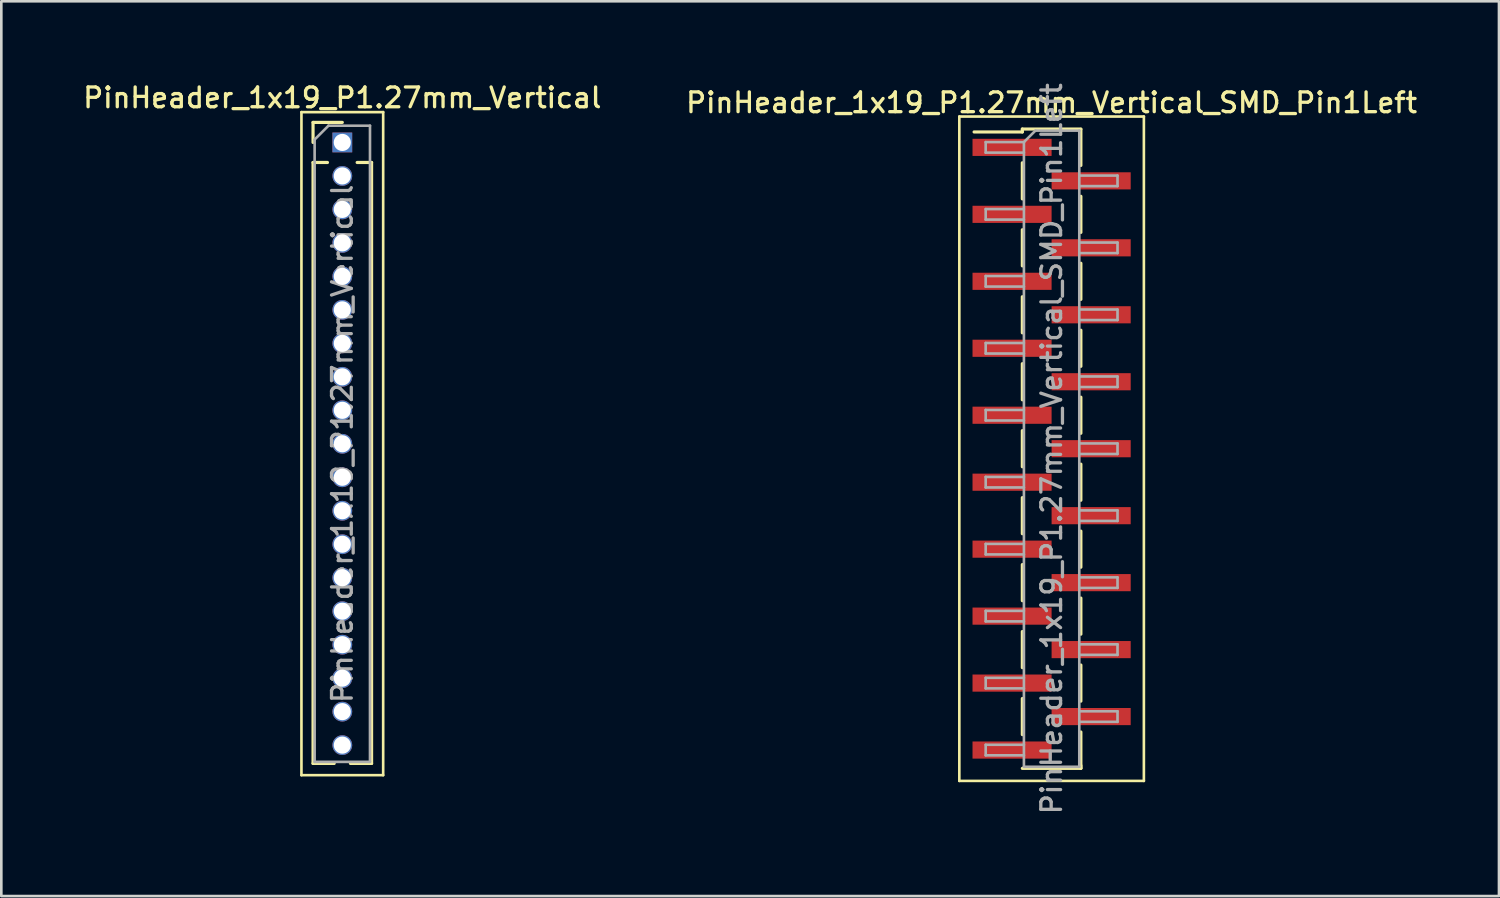
<source format=kicad_pcb>
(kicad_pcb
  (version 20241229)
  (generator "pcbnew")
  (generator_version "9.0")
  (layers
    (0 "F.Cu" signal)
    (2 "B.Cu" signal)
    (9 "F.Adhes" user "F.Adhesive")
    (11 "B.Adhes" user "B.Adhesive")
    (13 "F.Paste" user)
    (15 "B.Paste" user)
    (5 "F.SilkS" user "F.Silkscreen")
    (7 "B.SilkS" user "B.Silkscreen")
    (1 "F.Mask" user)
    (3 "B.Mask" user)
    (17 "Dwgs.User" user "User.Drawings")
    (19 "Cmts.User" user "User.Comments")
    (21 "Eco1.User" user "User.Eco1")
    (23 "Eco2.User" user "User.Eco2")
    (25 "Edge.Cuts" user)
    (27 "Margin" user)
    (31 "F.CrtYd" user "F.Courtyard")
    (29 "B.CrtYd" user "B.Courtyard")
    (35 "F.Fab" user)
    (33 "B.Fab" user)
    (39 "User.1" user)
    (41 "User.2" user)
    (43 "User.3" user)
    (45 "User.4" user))
  (footprint "PinHeader_1x19_P1.27mm_Vertical_SMD_Pin1Left"
    (layer "F.Cu")
    (at 36.838 13.97)
    (property "Reference" "PinHeader_1x19_P1.27mm_Vertical_SMD_Pin1Left" (at 0 -13.125 0) (layer "F.SilkS") (effects (font (size 0.75 0.75) (thickness 0.125))))
    (attr smd)
    (fp_line (start -3.5 -12.6) (end -3.5 12.6) (stroke (width 0.1) (type solid)) (layer "F.SilkS"))
    (fp_line (start -3.5 12.6) (end 3.5 12.6) (stroke (width 0.1) (type solid)) (layer "F.SilkS"))
    (fp_line (start -1.11 -12.125) (end -1.11 -12.015) (stroke (width 0.12) (type solid)) (layer "F.SilkS"))
    (fp_line (start -1.11 -12.125) (end 1.11 -12.125) (stroke (width 0.12) (type solid)) (layer "F.SilkS"))
    (fp_line (start -1.11 -12.015) (end -2.94 -12.015) (stroke (width 0.12) (type solid)) (layer "F.SilkS"))
    (fp_line (start -1.11 -10.845) (end -1.11 -9.475) (stroke (width 0.12) (type solid)) (layer "F.SilkS"))
    (fp_line (start -1.11 -8.305) (end -1.11 -6.935) (stroke (width 0.12) (type solid)) (layer "F.SilkS"))
    (fp_line (start -1.11 -5.765) (end -1.11 -4.395) (stroke (width 0.12) (type solid)) (layer "F.SilkS"))
    (fp_line (start -1.11 -3.225) (end -1.11 -1.855) (stroke (width 0.12) (type solid)) (layer "F.SilkS"))
    (fp_line (start -1.11 -0.685) (end -1.11 0.685) (stroke (width 0.12) (type solid)) (layer "F.SilkS"))
    (fp_line (start -1.11 1.855) (end -1.11 3.225) (stroke (width 0.12) (type solid)) (layer "F.SilkS"))
    (fp_line (start -1.11 4.395) (end -1.11 5.765) (stroke (width 0.12) (type solid)) (layer "F.SilkS"))
    (fp_line (start -1.11 6.935) (end -1.11 8.305) (stroke (width 0.12) (type solid)) (layer "F.SilkS"))
    (fp_line (start -1.11 9.475) (end -1.11 10.845) (stroke (width 0.12) (type solid)) (layer "F.SilkS"))
    (fp_line (start -1.11 12.125) (end 1.11 12.125) (stroke (width 0.12) (type solid)) (layer "F.SilkS"))
    (fp_line (start 1.11 -12.115) (end 1.11 -10.745) (stroke (width 0.12) (type solid)) (layer "F.SilkS"))
    (fp_line (start 1.11 -9.575) (end 1.11 -8.205) (stroke (width 0.12) (type solid)) (layer "F.SilkS"))
    (fp_line (start 1.11 -7.035) (end 1.11 -5.665) (stroke (width 0.12) (type solid)) (layer "F.SilkS"))
    (fp_line (start 1.11 -4.495) (end 1.11 -3.125) (stroke (width 0.12) (type solid)) (layer "F.SilkS"))
    (fp_line (start 1.11 -1.955) (end 1.11 -0.585) (stroke (width 0.12) (type solid)) (layer "F.SilkS"))
    (fp_line (start 1.11 0.585) (end 1.11 1.955) (stroke (width 0.12) (type solid)) (layer "F.SilkS"))
    (fp_line (start 1.11 3.125) (end 1.11 4.495) (stroke (width 0.12) (type solid)) (layer "F.SilkS"))
    (fp_line (start 1.11 5.665) (end 1.11 7.035) (stroke (width 0.12) (type solid)) (layer "F.SilkS"))
    (fp_line (start 1.11 8.205) (end 1.11 9.575) (stroke (width 0.12) (type solid)) (layer "F.SilkS"))
    (fp_line (start 1.11 10.745) (end 1.11 12.115) (stroke (width 0.12) (type solid)) (layer "F.SilkS"))
    (fp_line (start 1.11 12.015) (end 1.11 12.125) (stroke (width 0.12) (type solid)) (layer "F.SilkS"))
    (fp_line (start 3.5 -12.6) (end -3.5 -12.6) (stroke (width 0.1) (type solid)) (layer "F.SilkS"))
    (fp_line (start 3.5 12.6) (end 3.5 -12.6) (stroke (width 0.1) (type solid)) (layer "F.SilkS"))
    (fp_line (start -2.5 -11.63) (end -2.5 -11.23) (stroke (width 0.1) (type solid)) (layer "F.Fab"))
    (fp_line (start -2.5 -11.23) (end -1.05 -11.23) (stroke (width 0.1) (type solid)) (layer "F.Fab"))
    (fp_line (start -2.5 -9.09) (end -2.5 -8.69) (stroke (width 0.1) (type solid)) (layer "F.Fab"))
    (fp_line (start -2.5 -8.69) (end -1.05 -8.69) (stroke (width 0.1) (type solid)) (layer "F.Fab"))
    (fp_line (start -2.5 -6.55) (end -2.5 -6.15) (stroke (width 0.1) (type solid)) (layer "F.Fab"))
    (fp_line (start -2.5 -6.15) (end -1.05 -6.15) (stroke (width 0.1) (type solid)) (layer "F.Fab"))
    (fp_line (start -2.5 -4.01) (end -2.5 -3.61) (stroke (width 0.1) (type solid)) (layer "F.Fab"))
    (fp_line (start -2.5 -3.61) (end -1.05 -3.61) (stroke (width 0.1) (type solid)) (layer "F.Fab"))
    (fp_line (start -2.5 -1.47) (end -2.5 -1.07) (stroke (width 0.1) (type solid)) (layer "F.Fab"))
    (fp_line (start -2.5 -1.07) (end -1.05 -1.07) (stroke (width 0.1) (type solid)) (layer "F.Fab"))
    (fp_line (start -2.5 1.07) (end -2.5 1.47) (stroke (width 0.1) (type solid)) (layer "F.Fab"))
    (fp_line (start -2.5 1.47) (end -1.05 1.47) (stroke (width 0.1) (type solid)) (layer "F.Fab"))
    (fp_line (start -2.5 3.61) (end -2.5 4.01) (stroke (width 0.1) (type solid)) (layer "F.Fab"))
    (fp_line (start -2.5 4.01) (end -1.05 4.01) (stroke (width 0.1) (type solid)) (layer "F.Fab"))
    (fp_line (start -2.5 6.15) (end -2.5 6.55) (stroke (width 0.1) (type solid)) (layer "F.Fab"))
    (fp_line (start -2.5 6.55) (end -1.05 6.55) (stroke (width 0.1) (type solid)) (layer "F.Fab"))
    (fp_line (start -2.5 8.69) (end -2.5 9.09) (stroke (width 0.1) (type solid)) (layer "F.Fab"))
    (fp_line (start -2.5 9.09) (end -1.05 9.09) (stroke (width 0.1) (type solid)) (layer "F.Fab"))
    (fp_line (start -2.5 11.23) (end -2.5 11.63) (stroke (width 0.1) (type solid)) (layer "F.Fab"))
    (fp_line (start -2.5 11.63) (end -1.05 11.63) (stroke (width 0.1) (type solid)) (layer "F.Fab"))
    (fp_line (start -1.05 -11.63) (end -2.5 -11.63) (stroke (width 0.1) (type solid)) (layer "F.Fab"))
    (fp_line (start -1.05 -11.63) (end -0.615 -12.065) (stroke (width 0.1) (type solid)) (layer "F.Fab"))
    (fp_line (start -1.05 -9.09) (end -2.5 -9.09) (stroke (width 0.1) (type solid)) (layer "F.Fab"))
    (fp_line (start -1.05 -6.55) (end -2.5 -6.55) (stroke (width 0.1) (type solid)) (layer "F.Fab"))
    (fp_line (start -1.05 -4.01) (end -2.5 -4.01) (stroke (width 0.1) (type solid)) (layer "F.Fab"))
    (fp_line (start -1.05 -1.47) (end -2.5 -1.47) (stroke (width 0.1) (type solid)) (layer "F.Fab"))
    (fp_line (start -1.05 1.07) (end -2.5 1.07) (stroke (width 0.1) (type solid)) (layer "F.Fab"))
    (fp_line (start -1.05 3.61) (end -2.5 3.61) (stroke (width 0.1) (type solid)) (layer "F.Fab"))
    (fp_line (start -1.05 6.15) (end -2.5 6.15) (stroke (width 0.1) (type solid)) (layer "F.Fab"))
    (fp_line (start -1.05 8.69) (end -2.5 8.69) (stroke (width 0.1) (type solid)) (layer "F.Fab"))
    (fp_line (start -1.05 11.23) (end -2.5 11.23) (stroke (width 0.1) (type solid)) (layer "F.Fab"))
    (fp_line (start -1.05 12.065) (end -1.05 -11.63) (stroke (width 0.1) (type solid)) (layer "F.Fab"))
    (fp_line (start -0.615 -12.065) (end 1.05 -12.065) (stroke (width 0.1) (type solid)) (layer "F.Fab"))
    (fp_line (start 1.05 -12.065) (end 1.05 12.065) (stroke (width 0.1) (type solid)) (layer "F.Fab"))
    (fp_line (start 1.05 -10.36) (end 2.5 -10.36) (stroke (width 0.1) (type solid)) (layer "F.Fab"))
    (fp_line (start 1.05 -7.82) (end 2.5 -7.82) (stroke (width 0.1) (type solid)) (layer "F.Fab"))
    (fp_line (start 1.05 -5.28) (end 2.5 -5.28) (stroke (width 0.1) (type solid)) (layer "F.Fab"))
    (fp_line (start 1.05 -2.74) (end 2.5 -2.74) (stroke (width 0.1) (type solid)) (layer "F.Fab"))
    (fp_line (start 1.05 -0.2) (end 2.5 -0.2) (stroke (width 0.1) (type solid)) (layer "F.Fab"))
    (fp_line (start 1.05 2.34) (end 2.5 2.34) (stroke (width 0.1) (type solid)) (layer "F.Fab"))
    (fp_line (start 1.05 4.88) (end 2.5 4.88) (stroke (width 0.1) (type solid)) (layer "F.Fab"))
    (fp_line (start 1.05 7.42) (end 2.5 7.42) (stroke (width 0.1) (type solid)) (layer "F.Fab"))
    (fp_line (start 1.05 9.96) (end 2.5 9.96) (stroke (width 0.1) (type solid)) (layer "F.Fab"))
    (fp_line (start 1.05 12.065) (end -1.05 12.065) (stroke (width 0.1) (type solid)) (layer "F.Fab"))
    (fp_line (start 2.5 -10.36) (end 2.5 -9.96) (stroke (width 0.1) (type solid)) (layer "F.Fab"))
    (fp_line (start 2.5 -9.96) (end 1.05 -9.96) (stroke (width 0.1) (type solid)) (layer "F.Fab"))
    (fp_line (start 2.5 -7.82) (end 2.5 -7.42) (stroke (width 0.1) (type solid)) (layer "F.Fab"))
    (fp_line (start 2.5 -7.42) (end 1.05 -7.42) (stroke (width 0.1) (type solid)) (layer "F.Fab"))
    (fp_line (start 2.5 -5.28) (end 2.5 -4.88) (stroke (width 0.1) (type solid)) (layer "F.Fab"))
    (fp_line (start 2.5 -4.88) (end 1.05 -4.88) (stroke (width 0.1) (type solid)) (layer "F.Fab"))
    (fp_line (start 2.5 -2.74) (end 2.5 -2.34) (stroke (width 0.1) (type solid)) (layer "F.Fab"))
    (fp_line (start 2.5 -2.34) (end 1.05 -2.34) (stroke (width 0.1) (type solid)) (layer "F.Fab"))
    (fp_line (start 2.5 -0.2) (end 2.5 0.2) (stroke (width 0.1) (type solid)) (layer "F.Fab"))
    (fp_line (start 2.5 0.2) (end 1.05 0.2) (stroke (width 0.1) (type solid)) (layer "F.Fab"))
    (fp_line (start 2.5 2.34) (end 2.5 2.74) (stroke (width 0.1) (type solid)) (layer "F.Fab"))
    (fp_line (start 2.5 2.74) (end 1.05 2.74) (stroke (width 0.1) (type solid)) (layer "F.Fab"))
    (fp_line (start 2.5 4.88) (end 2.5 5.28) (stroke (width 0.1) (type solid)) (layer "F.Fab"))
    (fp_line (start 2.5 5.28) (end 1.05 5.28) (stroke (width 0.1) (type solid)) (layer "F.Fab"))
    (fp_line (start 2.5 7.42) (end 2.5 7.82) (stroke (width 0.1) (type solid)) (layer "F.Fab"))
    (fp_line (start 2.5 7.82) (end 1.05 7.82) (stroke (width 0.1) (type solid)) (layer "F.Fab"))
    (fp_line (start 2.5 9.96) (end 2.5 10.36) (stroke (width 0.1) (type solid)) (layer "F.Fab"))
    (fp_line (start 2.5 10.36) (end 1.05 10.36) (stroke (width 0.1) (type solid)) (layer "F.Fab"))
    (fp_text user "${REFERENCE}" (at 0 0 90) (layer "F.Fab") (effects (font (size 0.75 0.75) (thickness 0.125))))
    (pad "1" smd rect (at -1.5 -11.43) (size 3 0.65) (layers "F.Cu" "F.Mask" "F.Paste"))
    (pad "2" smd rect (at 1.5 -10.16) (size 3 0.65) (layers "F.Cu" "F.Mask" "F.Paste"))
    (pad "3" smd rect (at -1.5 -8.89) (size 3 0.65) (layers "F.Cu" "F.Mask" "F.Paste"))
    (pad "4" smd rect (at 1.5 -7.62) (size 3 0.65) (layers "F.Cu" "F.Mask" "F.Paste"))
    (pad "5" smd rect (at -1.5 -6.35) (size 3 0.65) (layers "F.Cu" "F.Mask" "F.Paste"))
    (pad "6" smd rect (at 1.5 -5.08) (size 3 0.65) (layers "F.Cu" "F.Mask" "F.Paste"))
    (pad "7" smd rect (at -1.5 -3.81) (size 3 0.65) (layers "F.Cu" "F.Mask" "F.Paste"))
    (pad "8" smd rect (at 1.5 -2.54) (size 3 0.65) (layers "F.Cu" "F.Mask" "F.Paste"))
    (pad "9" smd rect (at -1.5 -1.27) (size 3 0.65) (layers "F.Cu" "F.Mask" "F.Paste"))
    (pad "10" smd rect (at 1.5 0) (size 3 0.65) (layers "F.Cu" "F.Mask" "F.Paste"))
    (pad "11" smd rect (at -1.5 1.27) (size 3 0.65) (layers "F.Cu" "F.Mask" "F.Paste"))
    (pad "12" smd rect (at 1.5 2.54) (size 3 0.65) (layers "F.Cu" "F.Mask" "F.Paste"))
    (pad "13" smd rect (at -1.5 3.81) (size 3 0.65) (layers "F.Cu" "F.Mask" "F.Paste"))
    (pad "14" smd rect (at 1.5 5.08) (size 3 0.65) (layers "F.Cu" "F.Mask" "F.Paste"))
    (pad "15" smd rect (at -1.5 6.35) (size 3 0.65) (layers "F.Cu" "F.Mask" "F.Paste"))
    (pad "16" smd rect (at 1.5 7.62) (size 3 0.65) (layers "F.Cu" "F.Mask" "F.Paste"))
    (pad "17" smd rect (at -1.5 8.89) (size 3 0.65) (layers "F.Cu" "F.Mask" "F.Paste"))
    (pad "18" smd rect (at 1.5 10.16) (size 3 0.65) (layers "F.Cu" "F.Mask" "F.Paste"))
    (pad "19" smd rect (at -1.5 11.43) (size 3 0.65) (layers "F.Cu" "F.Mask" "F.Paste")))
  (footprint "PinHeader_1x19_P1.27mm_Vertical"
    (layer "F.Cu")
    (at 9.934 2.353)
    (property "Reference" "PinHeader_1x19_P1.27mm_Vertical" (at 0 -1.695 0) (layer "F.SilkS") (effects (font (size 0.75 0.75) (thickness 0.125))))
    (attr through_hole)
    (fp_line (start -1.55 -1.15) (end -1.55 24) (stroke (width 0.1) (type solid)) (layer "F.SilkS"))
    (fp_line (start -1.55 24) (end 1.55 24) (stroke (width 0.1) (type solid)) (layer "F.SilkS"))
    (fp_line (start -1.11 -0.76) (end 0 -0.76) (stroke (width 0.12) (type solid)) (layer "F.SilkS"))
    (fp_line (start -1.11 0) (end -1.11 -0.76) (stroke (width 0.12) (type solid)) (layer "F.SilkS"))
    (fp_line (start -1.11 0.76) (end -1.11 23.555) (stroke (width 0.12) (type solid)) (layer "F.SilkS"))
    (fp_line (start -1.11 0.76) (end -0.563 0.76) (stroke (width 0.12) (type solid)) (layer "F.SilkS"))
    (fp_line (start -1.11 23.555) (end -0.308 23.555) (stroke (width 0.12) (type solid)) (layer "F.SilkS"))
    (fp_line (start 0.308 23.555) (end 1.11 23.555) (stroke (width 0.12) (type solid)) (layer "F.SilkS"))
    (fp_line (start 0.563 0.76) (end 1.11 0.76) (stroke (width 0.12) (type solid)) (layer "F.SilkS"))
    (fp_line (start 1.11 0.76) (end 1.11 23.555) (stroke (width 0.12) (type solid)) (layer "F.SilkS"))
    (fp_line (start 1.55 -1.15) (end -1.55 -1.15) (stroke (width 0.1) (type solid)) (layer "F.SilkS"))
    (fp_line (start 1.55 24) (end 1.55 -1.15) (stroke (width 0.1) (type solid)) (layer "F.SilkS"))
    (fp_line (start -1.05 -0.11) (end -0.525 -0.635) (stroke (width 0.1) (type solid)) (layer "F.Fab"))
    (fp_line (start -1.05 23.495) (end -1.05 -0.11) (stroke (width 0.1) (type solid)) (layer "F.Fab"))
    (fp_line (start -0.525 -0.635) (end 1.05 -0.635) (stroke (width 0.1) (type solid)) (layer "F.Fab"))
    (fp_line (start 1.05 -0.635) (end 1.05 23.495) (stroke (width 0.1) (type solid)) (layer "F.Fab"))
    (fp_line (start 1.05 23.495) (end -1.05 23.495) (stroke (width 0.1) (type solid)) (layer "F.Fab"))
    (fp_text user "${REFERENCE}" (at 0 11.43 90) (layer "F.Fab") (effects (font (size 0.75 0.75) (thickness 0.125))))
    (pad "1" thru_hole rect (at 0 0) (size 0.75 0.75) (drill 0.65) (layers "*.Cu" "*.Mask"))
    (pad "2" thru_hole oval (at 0 1.27) (size 0.75 0.75) (drill 0.65) (layers "*.Cu" "*.Mask"))
    (pad "3" thru_hole oval (at 0 2.54) (size 0.75 0.75) (drill 0.65) (layers "*.Cu" "*.Mask"))
    (pad "4" thru_hole oval (at 0 3.81) (size 0.75 0.75) (drill 0.65) (layers "*.Cu" "*.Mask"))
    (pad "5" thru_hole oval (at 0 5.08) (size 0.75 0.75) (drill 0.65) (layers "*.Cu" "*.Mask"))
    (pad "6" thru_hole oval (at 0 6.35) (size 0.75 0.75) (drill 0.65) (layers "*.Cu" "*.Mask"))
    (pad "7" thru_hole oval (at 0 7.62) (size 0.75 0.75) (drill 0.65) (layers "*.Cu" "*.Mask"))
    (pad "8" thru_hole oval (at 0 8.89) (size 0.75 0.75) (drill 0.65) (layers "*.Cu" "*.Mask"))
    (pad "9" thru_hole oval (at 0 10.16) (size 0.75 0.75) (drill 0.65) (layers "*.Cu" "*.Mask"))
    (pad "10" thru_hole oval (at 0 11.43) (size 0.75 0.75) (drill 0.65) (layers "*.Cu" "*.Mask"))
    (pad "11" thru_hole oval (at 0 12.7) (size 0.75 0.75) (drill 0.65) (layers "*.Cu" "*.Mask"))
    (pad "12" thru_hole oval (at 0 13.97) (size 0.75 0.75) (drill 0.65) (layers "*.Cu" "*.Mask"))
    (pad "13" thru_hole oval (at 0 15.24) (size 0.75 0.75) (drill 0.65) (layers "*.Cu" "*.Mask"))
    (pad "14" thru_hole oval (at 0 16.51) (size 0.75 0.75) (drill 0.65) (layers "*.Cu" "*.Mask"))
    (pad "15" thru_hole oval (at 0 17.78) (size 0.75 0.75) (drill 0.65) (layers "*.Cu" "*.Mask"))
    (pad "16" thru_hole oval (at 0 19.05) (size 0.75 0.75) (drill 0.65) (layers "*.Cu" "*.Mask"))
    (pad "17" thru_hole oval (at 0 20.32) (size 0.75 0.75) (drill 0.65) (layers "*.Cu" "*.Mask"))
    (pad "18" thru_hole oval (at 0 21.59) (size 0.75 0.75) (drill 0.65) (layers "*.Cu" "*.Mask"))
    (pad "19" thru_hole oval (at 0 22.86) (size 0.75 0.75) (drill 0.65) (layers "*.Cu" "*.Mask")))
  (gr_rect
    (start -3 -3)
    (end 53.807 30.939)
    (stroke (width 0.1) (type default))
    (fill no)
    (layer "Edge.Cuts")))
</source>
